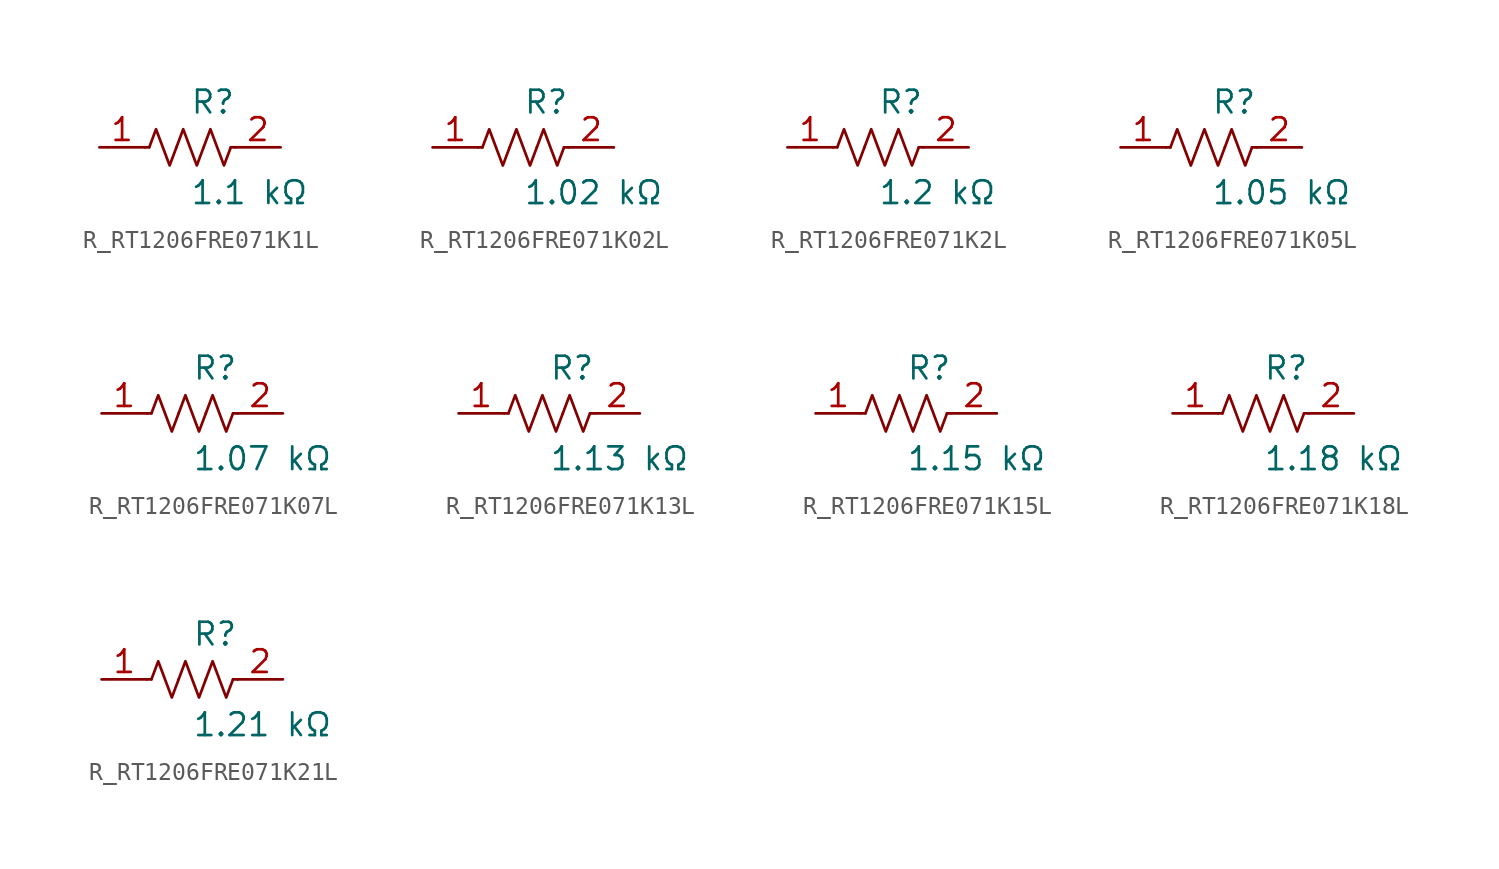
<source format=kicad_sym>
(kicad_symbol_lib
  (version 20231120)
  (generator kicad_symbol_editor)
  (generator_version 8.0)
  (symbol "R_RT1206FRE071K1L"
    (pin_names
      (offset 0.254))
    (property "Reference" "R"
      (at 0 2.54 0)
      (effects (font (size 1.27 1.27)) (justify left)))
    (property "Value" "1.1 kΩ"
      (at 0 -2.54 0)
      (effects (font (size 1.27 1.27)) (justify left)))
    (symbol "R_RT1206FRE071K1L_0_1"
      (polyline (pts (xy 2.286 0) (xy 2.54 0)) (stroke (width 0) (type default)) (fill (type none)))
      (polyline (pts (xy -2.286 0) (xy -2.54 0)) (stroke (width 0) (type default)) (fill (type none)))
      (polyline (pts (xy 0.762 0) (xy 1.143 1.016) (xy 1.524 0) (xy 1.905 -1.016) (xy 2.286 0)) (stroke (width 0) (type default)) (fill (type none)))
      (polyline (pts (xy -0.762 0) (xy -0.381 1.016) (xy 0 0) (xy 0.381 -1.016) (xy 0.762 0)) (stroke (width 0) (type default)) (fill (type none)))
      (polyline (pts (xy -2.286 0) (xy -1.905 1.016) (xy -1.524 0) (xy -1.143 -1.016) (xy -0.762 0)) (stroke (width 0) (type default)) (fill (type none))))
    (pin unspecified line
      (at -5.08 0 0)
      (length 2.54)
      (name "" (effects (font (size 1.27 1.27))))
      (number "1" (effects (font (size 1.27 1.27)))))
    (pin unspecified line
      (at 5.08 0 180)
      (length 2.54)
      (name "" (effects (font (size 1.27 1.27))))
      (number "2" (effects (font (size 1.27 1.27))))))
  (symbol "R_RT1206FRE071K02L"
    (pin_names
      (offset 0.254))
    (property "Reference" "R"
      (at 0 2.54 0)
      (effects (font (size 1.27 1.27)) (justify left)))
    (property "Value" "1.02 kΩ"
      (at 0 -2.54 0)
      (effects (font (size 1.27 1.27)) (justify left)))
    (symbol "R_RT1206FRE071K02L_0_1"
      (polyline (pts (xy 2.286 0) (xy 2.54 0)) (stroke (width 0) (type default)) (fill (type none)))
      (polyline (pts (xy -2.286 0) (xy -2.54 0)) (stroke (width 0) (type default)) (fill (type none)))
      (polyline (pts (xy 0.762 0) (xy 1.143 1.016) (xy 1.524 0) (xy 1.905 -1.016) (xy 2.286 0)) (stroke (width 0) (type default)) (fill (type none)))
      (polyline (pts (xy -0.762 0) (xy -0.381 1.016) (xy 0 0) (xy 0.381 -1.016) (xy 0.762 0)) (stroke (width 0) (type default)) (fill (type none)))
      (polyline (pts (xy -2.286 0) (xy -1.905 1.016) (xy -1.524 0) (xy -1.143 -1.016) (xy -0.762 0)) (stroke (width 0) (type default)) (fill (type none))))
    (pin unspecified line
      (at -5.08 0 0)
      (length 2.54)
      (name "" (effects (font (size 1.27 1.27))))
      (number "1" (effects (font (size 1.27 1.27)))))
    (pin unspecified line
      (at 5.08 0 180)
      (length 2.54)
      (name "" (effects (font (size 1.27 1.27))))
      (number "2" (effects (font (size 1.27 1.27))))))
  (symbol "R_RT1206FRE071K2L"
    (pin_names
      (offset 0.254))
    (property "Reference" "R"
      (at 0 2.54 0)
      (effects (font (size 1.27 1.27)) (justify left)))
    (property "Value" "1.2 kΩ"
      (at 0 -2.54 0)
      (effects (font (size 1.27 1.27)) (justify left)))
    (symbol "R_RT1206FRE071K2L_0_1"
      (polyline (pts (xy 2.286 0) (xy 2.54 0)) (stroke (width 0) (type default)) (fill (type none)))
      (polyline (pts (xy -2.286 0) (xy -2.54 0)) (stroke (width 0) (type default)) (fill (type none)))
      (polyline (pts (xy 0.762 0) (xy 1.143 1.016) (xy 1.524 0) (xy 1.905 -1.016) (xy 2.286 0)) (stroke (width 0) (type default)) (fill (type none)))
      (polyline (pts (xy -0.762 0) (xy -0.381 1.016) (xy 0 0) (xy 0.381 -1.016) (xy 0.762 0)) (stroke (width 0) (type default)) (fill (type none)))
      (polyline (pts (xy -2.286 0) (xy -1.905 1.016) (xy -1.524 0) (xy -1.143 -1.016) (xy -0.762 0)) (stroke (width 0) (type default)) (fill (type none))))
    (pin unspecified line
      (at -5.08 0 0)
      (length 2.54)
      (name "" (effects (font (size 1.27 1.27))))
      (number "1" (effects (font (size 1.27 1.27)))))
    (pin unspecified line
      (at 5.08 0 180)
      (length 2.54)
      (name "" (effects (font (size 1.27 1.27))))
      (number "2" (effects (font (size 1.27 1.27))))))
  (symbol "R_RT1206FRE071K05L"
    (pin_names
      (offset 0.254))
    (property "Reference" "R"
      (at 0 2.54 0)
      (effects (font (size 1.27 1.27)) (justify left)))
    (property "Value" "1.05 kΩ"
      (at 0 -2.54 0)
      (effects (font (size 1.27 1.27)) (justify left)))
    (symbol "R_RT1206FRE071K05L_0_1"
      (polyline (pts (xy 2.286 0) (xy 2.54 0)) (stroke (width 0) (type default)) (fill (type none)))
      (polyline (pts (xy -2.286 0) (xy -2.54 0)) (stroke (width 0) (type default)) (fill (type none)))
      (polyline (pts (xy 0.762 0) (xy 1.143 1.016) (xy 1.524 0) (xy 1.905 -1.016) (xy 2.286 0)) (stroke (width 0) (type default)) (fill (type none)))
      (polyline (pts (xy -0.762 0) (xy -0.381 1.016) (xy 0 0) (xy 0.381 -1.016) (xy 0.762 0)) (stroke (width 0) (type default)) (fill (type none)))
      (polyline (pts (xy -2.286 0) (xy -1.905 1.016) (xy -1.524 0) (xy -1.143 -1.016) (xy -0.762 0)) (stroke (width 0) (type default)) (fill (type none))))
    (pin unspecified line
      (at -5.08 0 0)
      (length 2.54)
      (name "" (effects (font (size 1.27 1.27))))
      (number "1" (effects (font (size 1.27 1.27)))))
    (pin unspecified line
      (at 5.08 0 180)
      (length 2.54)
      (name "" (effects (font (size 1.27 1.27))))
      (number "2" (effects (font (size 1.27 1.27))))))
  (symbol "R_RT1206FRE071K07L"
    (pin_names
      (offset 0.254))
    (property "Reference" "R"
      (at 0 2.54 0)
      (effects (font (size 1.27 1.27)) (justify left)))
    (property "Value" "1.07 kΩ"
      (at 0 -2.54 0)
      (effects (font (size 1.27 1.27)) (justify left)))
    (symbol "R_RT1206FRE071K07L_0_1"
      (polyline (pts (xy 2.286 0) (xy 2.54 0)) (stroke (width 0) (type default)) (fill (type none)))
      (polyline (pts (xy -2.286 0) (xy -2.54 0)) (stroke (width 0) (type default)) (fill (type none)))
      (polyline (pts (xy 0.762 0) (xy 1.143 1.016) (xy 1.524 0) (xy 1.905 -1.016) (xy 2.286 0)) (stroke (width 0) (type default)) (fill (type none)))
      (polyline (pts (xy -0.762 0) (xy -0.381 1.016) (xy 0 0) (xy 0.381 -1.016) (xy 0.762 0)) (stroke (width 0) (type default)) (fill (type none)))
      (polyline (pts (xy -2.286 0) (xy -1.905 1.016) (xy -1.524 0) (xy -1.143 -1.016) (xy -0.762 0)) (stroke (width 0) (type default)) (fill (type none))))
    (pin unspecified line
      (at -5.08 0 0)
      (length 2.54)
      (name "" (effects (font (size 1.27 1.27))))
      (number "1" (effects (font (size 1.27 1.27)))))
    (pin unspecified line
      (at 5.08 0 180)
      (length 2.54)
      (name "" (effects (font (size 1.27 1.27))))
      (number "2" (effects (font (size 1.27 1.27))))))
  (symbol "R_RT1206FRE071K13L"
    (pin_names
      (offset 0.254))
    (property "Reference" "R"
      (at 0 2.54 0)
      (effects (font (size 1.27 1.27)) (justify left)))
    (property "Value" "1.13 kΩ"
      (at 0 -2.54 0)
      (effects (font (size 1.27 1.27)) (justify left)))
    (symbol "R_RT1206FRE071K13L_0_1"
      (polyline (pts (xy 2.286 0) (xy 2.54 0)) (stroke (width 0) (type default)) (fill (type none)))
      (polyline (pts (xy -2.286 0) (xy -2.54 0)) (stroke (width 0) (type default)) (fill (type none)))
      (polyline (pts (xy 0.762 0) (xy 1.143 1.016) (xy 1.524 0) (xy 1.905 -1.016) (xy 2.286 0)) (stroke (width 0) (type default)) (fill (type none)))
      (polyline (pts (xy -0.762 0) (xy -0.381 1.016) (xy 0 0) (xy 0.381 -1.016) (xy 0.762 0)) (stroke (width 0) (type default)) (fill (type none)))
      (polyline (pts (xy -2.286 0) (xy -1.905 1.016) (xy -1.524 0) (xy -1.143 -1.016) (xy -0.762 0)) (stroke (width 0) (type default)) (fill (type none))))
    (pin unspecified line
      (at -5.08 0 0)
      (length 2.54)
      (name "" (effects (font (size 1.27 1.27))))
      (number "1" (effects (font (size 1.27 1.27)))))
    (pin unspecified line
      (at 5.08 0 180)
      (length 2.54)
      (name "" (effects (font (size 1.27 1.27))))
      (number "2" (effects (font (size 1.27 1.27))))))
  (symbol "R_RT1206FRE071K15L"
    (pin_names
      (offset 0.254))
    (property "Reference" "R"
      (at 0 2.54 0)
      (effects (font (size 1.27 1.27)) (justify left)))
    (property "Value" "1.15 kΩ"
      (at 0 -2.54 0)
      (effects (font (size 1.27 1.27)) (justify left)))
    (symbol "R_RT1206FRE071K15L_0_1"
      (polyline (pts (xy 2.286 0) (xy 2.54 0)) (stroke (width 0) (type default)) (fill (type none)))
      (polyline (pts (xy -2.286 0) (xy -2.54 0)) (stroke (width 0) (type default)) (fill (type none)))
      (polyline (pts (xy 0.762 0) (xy 1.143 1.016) (xy 1.524 0) (xy 1.905 -1.016) (xy 2.286 0)) (stroke (width 0) (type default)) (fill (type none)))
      (polyline (pts (xy -0.762 0) (xy -0.381 1.016) (xy 0 0) (xy 0.381 -1.016) (xy 0.762 0)) (stroke (width 0) (type default)) (fill (type none)))
      (polyline (pts (xy -2.286 0) (xy -1.905 1.016) (xy -1.524 0) (xy -1.143 -1.016) (xy -0.762 0)) (stroke (width 0) (type default)) (fill (type none))))
    (pin unspecified line
      (at -5.08 0 0)
      (length 2.54)
      (name "" (effects (font (size 1.27 1.27))))
      (number "1" (effects (font (size 1.27 1.27)))))
    (pin unspecified line
      (at 5.08 0 180)
      (length 2.54)
      (name "" (effects (font (size 1.27 1.27))))
      (number "2" (effects (font (size 1.27 1.27))))))
  (symbol "R_RT1206FRE071K18L"
    (pin_names
      (offset 0.254))
    (property "Reference" "R"
      (at 0 2.54 0)
      (effects (font (size 1.27 1.27)) (justify left)))
    (property "Value" "1.18 kΩ"
      (at 0 -2.54 0)
      (effects (font (size 1.27 1.27)) (justify left)))
    (symbol "R_RT1206FRE071K18L_0_1"
      (polyline (pts (xy 2.286 0) (xy 2.54 0)) (stroke (width 0) (type default)) (fill (type none)))
      (polyline (pts (xy -2.286 0) (xy -2.54 0)) (stroke (width 0) (type default)) (fill (type none)))
      (polyline (pts (xy 0.762 0) (xy 1.143 1.016) (xy 1.524 0) (xy 1.905 -1.016) (xy 2.286 0)) (stroke (width 0) (type default)) (fill (type none)))
      (polyline (pts (xy -0.762 0) (xy -0.381 1.016) (xy 0 0) (xy 0.381 -1.016) (xy 0.762 0)) (stroke (width 0) (type default)) (fill (type none)))
      (polyline (pts (xy -2.286 0) (xy -1.905 1.016) (xy -1.524 0) (xy -1.143 -1.016) (xy -0.762 0)) (stroke (width 0) (type default)) (fill (type none))))
    (pin unspecified line
      (at -5.08 0 0)
      (length 2.54)
      (name "" (effects (font (size 1.27 1.27))))
      (number "1" (effects (font (size 1.27 1.27)))))
    (pin unspecified line
      (at 5.08 0 180)
      (length 2.54)
      (name "" (effects (font (size 1.27 1.27))))
      (number "2" (effects (font (size 1.27 1.27))))))
  (symbol "R_RT1206FRE071K21L"
    (pin_names
      (offset 0.254))
    (property "Reference" "R"
      (at 0 2.54 0)
      (effects (font (size 1.27 1.27)) (justify left)))
    (property "Value" "1.21 kΩ"
      (at 0 -2.54 0)
      (effects (font (size 1.27 1.27)) (justify left)))
    (symbol "R_RT1206FRE071K21L_0_1"
      (polyline (pts (xy 2.286 0) (xy 2.54 0)) (stroke (width 0) (type default)) (fill (type none)))
      (polyline (pts (xy -2.286 0) (xy -2.54 0)) (stroke (width 0) (type default)) (fill (type none)))
      (polyline (pts (xy 0.762 0) (xy 1.143 1.016) (xy 1.524 0) (xy 1.905 -1.016) (xy 2.286 0)) (stroke (width 0) (type default)) (fill (type none)))
      (polyline (pts (xy -0.762 0) (xy -0.381 1.016) (xy 0 0) (xy 0.381 -1.016) (xy 0.762 0)) (stroke (width 0) (type default)) (fill (type none)))
      (polyline (pts (xy -2.286 0) (xy -1.905 1.016) (xy -1.524 0) (xy -1.143 -1.016) (xy -0.762 0)) (stroke (width 0) (type default)) (fill (type none))))
    (pin unspecified line
      (at -5.08 0 0)
      (length 2.54)
      (name "" (effects (font (size 1.27 1.27))))
      (number "1" (effects (font (size 1.27 1.27)))))
    (pin unspecified line
      (at 5.08 0 180)
      (length 2.54)
      (name "" (effects (font (size 1.27 1.27))))
      (number "2" (effects (font (size 1.27 1.27)))))))
</source>
